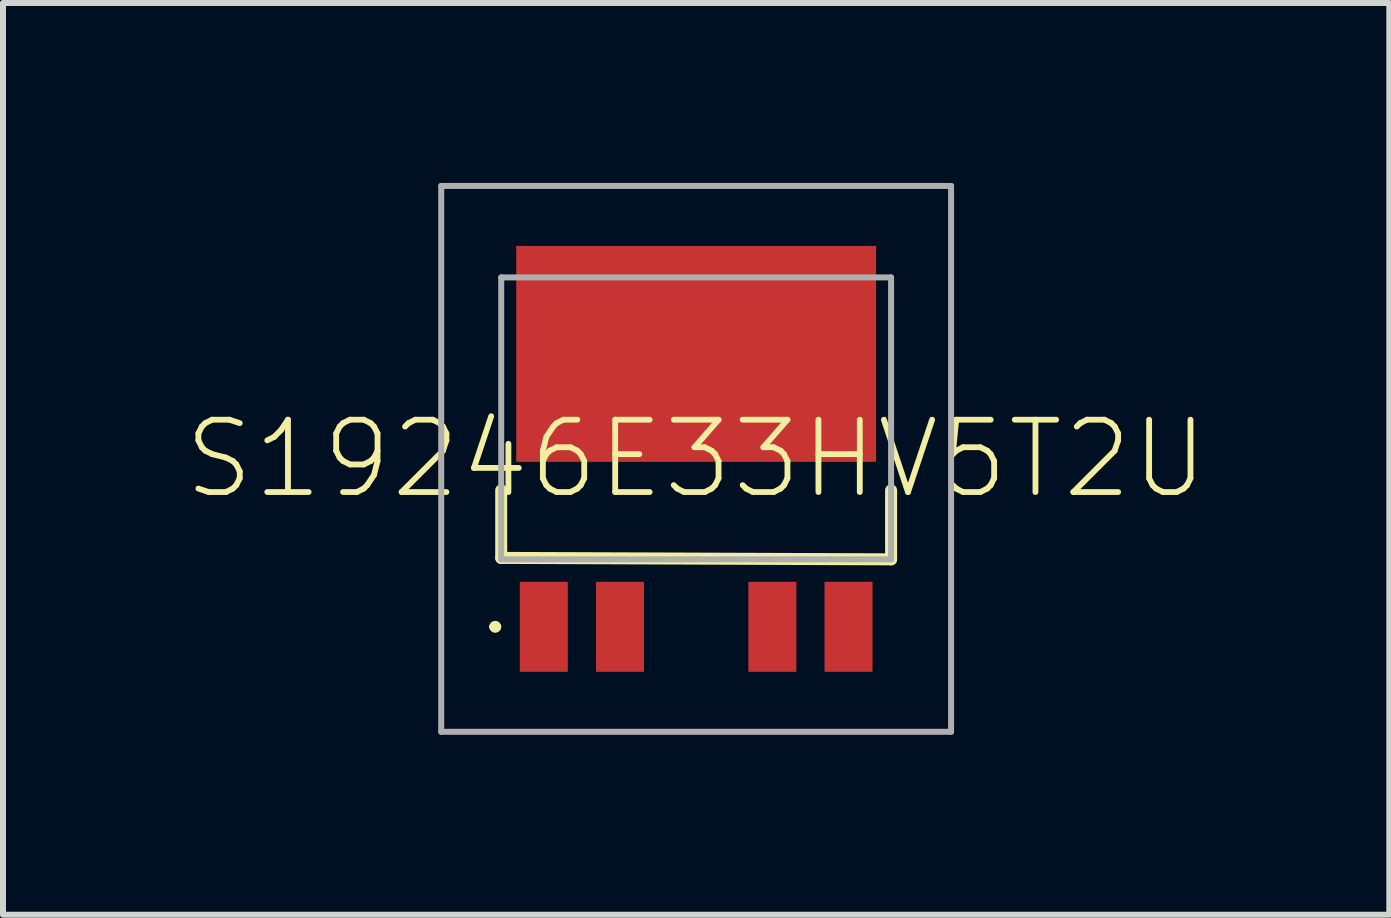
<source format=kicad_pcb>
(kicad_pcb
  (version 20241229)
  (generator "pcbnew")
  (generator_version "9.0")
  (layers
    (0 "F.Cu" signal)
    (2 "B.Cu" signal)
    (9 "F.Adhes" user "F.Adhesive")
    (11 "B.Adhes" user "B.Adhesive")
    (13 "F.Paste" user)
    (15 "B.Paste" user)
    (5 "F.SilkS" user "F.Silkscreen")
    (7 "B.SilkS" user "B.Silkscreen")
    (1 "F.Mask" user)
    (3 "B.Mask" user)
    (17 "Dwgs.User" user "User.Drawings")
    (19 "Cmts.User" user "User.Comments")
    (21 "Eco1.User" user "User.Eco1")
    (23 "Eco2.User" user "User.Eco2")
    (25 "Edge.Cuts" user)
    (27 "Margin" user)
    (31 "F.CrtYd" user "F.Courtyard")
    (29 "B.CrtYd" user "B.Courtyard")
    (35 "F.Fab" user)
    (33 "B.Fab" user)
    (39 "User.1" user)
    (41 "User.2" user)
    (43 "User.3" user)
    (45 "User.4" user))
  (footprint "S19246E33HV5T2U"
    (layer "F.Cu")
    (at 8.556 3.925)
    (property "Reference" "S19246E33HV5T2U" (at 0 0.675 0) (layer "F.SilkS") (effects (font (size 1.206 1.206) (thickness 0.097))))
    (attr through_hole)
    (fp_line (start -3.4 3.475) (end -3.4 3.475) (stroke (width 0.1) (type solid)) (layer "F.SilkS"))
    (fp_line (start -3.3 3.475) (end -3.3 3.475) (stroke (width 0.1) (type solid)) (layer "F.SilkS"))
    (fp_line (start -3.25 1.2) (end -3.25 2.326) (stroke (width 0.2) (type solid)) (layer "F.SilkS"))
    (fp_line (start -3.25 2.326) (end 3.25 2.35) (stroke (width 0.2) (type solid)) (layer "F.SilkS"))
    (fp_line (start 3.25 2.35) (end 3.25 1.2) (stroke (width 0.2) (type solid)) (layer "F.SilkS"))
    (fp_arc (start -3.4 3.475) (mid -3.35 3.425) (end -3.3 3.475) (stroke (width 0.1) (type solid)) (layer "F.SilkS"))
    (fp_arc (start -3.3 3.475) (mid -3.35 3.525) (end -3.4 3.475) (stroke (width 0.1) (type solid)) (layer "F.SilkS"))
    (fp_line (start -4.25 -3.875) (end 4.25 -3.875) (stroke (width 0.1) (type solid)) (layer "F.Fab"))
    (fp_line (start -4.25 5.225) (end -4.25 -3.875) (stroke (width 0.1) (type solid)) (layer "F.Fab"))
    (fp_line (start -3.25 -2.35) (end -3.25 2.35) (stroke (width 0.1) (type solid)) (layer "F.Fab"))
    (fp_line (start -3.25 2.35) (end 3.25 2.35) (stroke (width 0.1) (type solid)) (layer "F.Fab"))
    (fp_line (start 3.25 -2.35) (end -3.25 -2.35) (stroke (width 0.1) (type solid)) (layer "F.Fab"))
    (fp_line (start 3.25 2.35) (end 3.25 -2.35) (stroke (width 0.1) (type solid)) (layer "F.Fab"))
    (fp_line (start 4.25 -3.875) (end 4.25 5.225) (stroke (width 0.1) (type solid)) (layer "F.Fab"))
    (fp_line (start 4.25 5.225) (end -4.25 5.225) (stroke (width 0.1) (type solid)) (layer "F.Fab"))
    (pad "1" smd rect (at -2.54 3.475 90) (size 1.5 0.8) (layers "F.Cu" "F.Mask" "F.Paste"))
    (pad "2" smd rect (at -1.27 3.475 90) (size 1.5 0.8) (layers "F.Cu" "F.Mask" "F.Paste"))
    (pad "3" smd rect (at 0 -1.075) (size 6 3.6) (layers "F.Cu" "F.Mask" "F.Paste"))
    (pad "4" smd rect (at 1.27 3.475 90) (size 1.5 0.8) (layers "F.Cu" "F.Mask" "F.Paste"))
    (pad "5" smd rect (at 2.54 3.475 90) (size 1.5 0.8) (layers "F.Cu" "F.Mask" "F.Paste")))
  (gr_rect
    (start -3 -3)
    (end 20.112 12.2)
    (stroke (width 0.1) (type default))
    (fill no)
    (layer "Edge.Cuts")))
</source>
